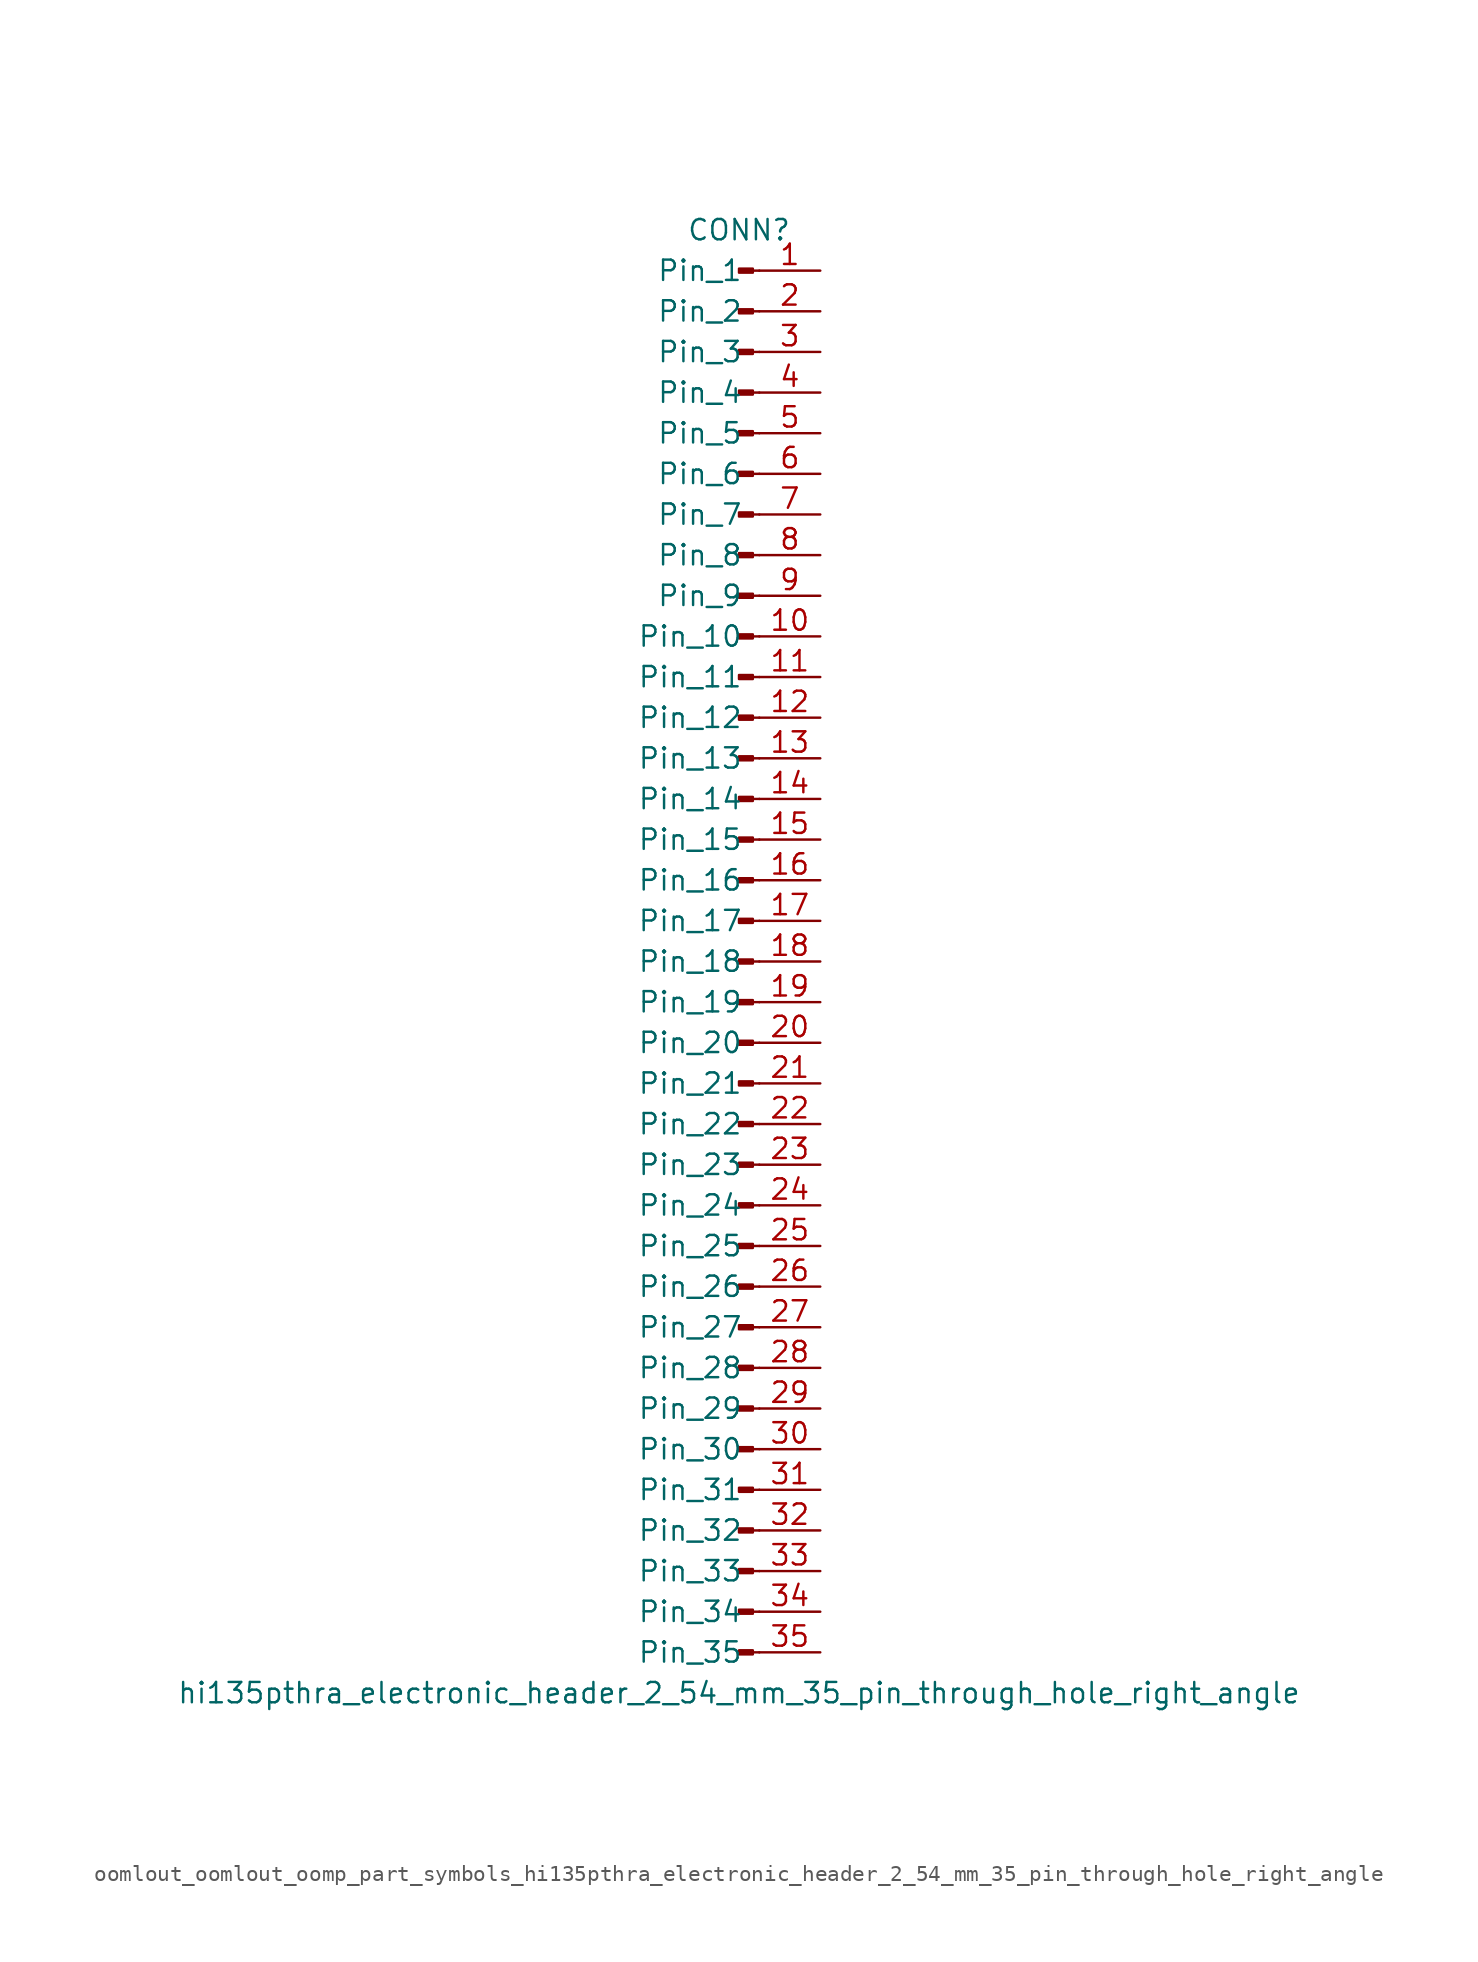
<source format=kicad_sym>
(kicad_symbol_lib
  (version 20220914)
  (generator kicad_symbol_editor)
  (symbol "oomlout_oomlout_oomp_part_symbols_hi135pthra_electronic_header_2_54_mm_35_pin_through_hole_right_angle"
    (pin_names
      (offset 1.016))
    (property "Reference" "CONN"
      (at 0 45.72 0)
      (effects (font (size 1.27 1.27))))
    (property "Value" "hi135pthra_electronic_header_2_54_mm_35_pin_through_hole_right_angle"
      (at 0 -45.72 0)
      (effects (font (size 1.27 1.27))))
    (property "ki_locked" ""
      (at 0 0 0)
      (effects (font (size 1.27 1.27))))
    (symbol "oomlout_oomlout_oomp_part_symbols_hi135pthra_electronic_header_2_54_mm_35_pin_through_hole_right_angle_1_1"
      (polyline (pts (xy 1.27 -43.18) (xy 0.864 -43.18)) (stroke (width 0.152) (type default)) (fill (type none)))
      (polyline (pts (xy 1.27 -40.64) (xy 0.864 -40.64)) (stroke (width 0.152) (type default)) (fill (type none)))
      (polyline (pts (xy 1.27 -38.1) (xy 0.864 -38.1)) (stroke (width 0.152) (type default)) (fill (type none)))
      (polyline (pts (xy 1.27 -35.56) (xy 0.864 -35.56)) (stroke (width 0.152) (type default)) (fill (type none)))
      (polyline (pts (xy 1.27 -33.02) (xy 0.864 -33.02)) (stroke (width 0.152) (type default)) (fill (type none)))
      (polyline (pts (xy 1.27 -30.48) (xy 0.864 -30.48)) (stroke (width 0.152) (type default)) (fill (type none)))
      (polyline (pts (xy 1.27 -27.94) (xy 0.864 -27.94)) (stroke (width 0.152) (type default)) (fill (type none)))
      (polyline (pts (xy 1.27 -25.4) (xy 0.864 -25.4)) (stroke (width 0.152) (type default)) (fill (type none)))
      (polyline (pts (xy 1.27 -22.86) (xy 0.864 -22.86)) (stroke (width 0.152) (type default)) (fill (type none)))
      (polyline (pts (xy 1.27 -20.32) (xy 0.864 -20.32)) (stroke (width 0.152) (type default)) (fill (type none)))
      (polyline (pts (xy 1.27 -17.78) (xy 0.864 -17.78)) (stroke (width 0.152) (type default)) (fill (type none)))
      (polyline (pts (xy 1.27 -15.24) (xy 0.864 -15.24)) (stroke (width 0.152) (type default)) (fill (type none)))
      (polyline (pts (xy 1.27 -12.7) (xy 0.864 -12.7)) (stroke (width 0.152) (type default)) (fill (type none)))
      (polyline (pts (xy 1.27 -10.16) (xy 0.864 -10.16)) (stroke (width 0.152) (type default)) (fill (type none)))
      (polyline (pts (xy 1.27 -7.62) (xy 0.864 -7.62)) (stroke (width 0.152) (type default)) (fill (type none)))
      (polyline (pts (xy 1.27 -5.08) (xy 0.864 -5.08)) (stroke (width 0.152) (type default)) (fill (type none)))
      (polyline (pts (xy 1.27 -2.54) (xy 0.864 -2.54)) (stroke (width 0.152) (type default)) (fill (type none)))
      (polyline (pts (xy 1.27 0) (xy 0.864 0)) (stroke (width 0.152) (type default)) (fill (type none)))
      (polyline (pts (xy 1.27 2.54) (xy 0.864 2.54)) (stroke (width 0.152) (type default)) (fill (type none)))
      (polyline (pts (xy 1.27 5.08) (xy 0.864 5.08)) (stroke (width 0.152) (type default)) (fill (type none)))
      (polyline (pts (xy 1.27 7.62) (xy 0.864 7.62)) (stroke (width 0.152) (type default)) (fill (type none)))
      (polyline (pts (xy 1.27 10.16) (xy 0.864 10.16)) (stroke (width 0.152) (type default)) (fill (type none)))
      (polyline (pts (xy 1.27 12.7) (xy 0.864 12.7)) (stroke (width 0.152) (type default)) (fill (type none)))
      (polyline (pts (xy 1.27 15.24) (xy 0.864 15.24)) (stroke (width 0.152) (type default)) (fill (type none)))
      (polyline (pts (xy 1.27 17.78) (xy 0.864 17.78)) (stroke (width 0.152) (type default)) (fill (type none)))
      (polyline (pts (xy 1.27 20.32) (xy 0.864 20.32)) (stroke (width 0.152) (type default)) (fill (type none)))
      (polyline (pts (xy 1.27 22.86) (xy 0.864 22.86)) (stroke (width 0.152) (type default)) (fill (type none)))
      (polyline (pts (xy 1.27 25.4) (xy 0.864 25.4)) (stroke (width 0.152) (type default)) (fill (type none)))
      (polyline (pts (xy 1.27 27.94) (xy 0.864 27.94)) (stroke (width 0.152) (type default)) (fill (type none)))
      (polyline (pts (xy 1.27 30.48) (xy 0.864 30.48)) (stroke (width 0.152) (type default)) (fill (type none)))
      (polyline (pts (xy 1.27 33.02) (xy 0.864 33.02)) (stroke (width 0.152) (type default)) (fill (type none)))
      (polyline (pts (xy 1.27 35.56) (xy 0.864 35.56)) (stroke (width 0.152) (type default)) (fill (type none)))
      (polyline (pts (xy 1.27 38.1) (xy 0.864 38.1)) (stroke (width 0.152) (type default)) (fill (type none)))
      (polyline (pts (xy 1.27 40.64) (xy 0.864 40.64)) (stroke (width 0.152) (type default)) (fill (type none)))
      (polyline (pts (xy 1.27 43.18) (xy 0.864 43.18)) (stroke (width 0.152) (type default)) (fill (type none)))
      (rectangle (start 0.864 -43.053) (end 0 -43.307) (stroke (width 0.152) (type default)) (fill (type outline)))
      (rectangle (start 0.864 -40.513) (end 0 -40.767) (stroke (width 0.152) (type default)) (fill (type outline)))
      (rectangle (start 0.864 -37.973) (end 0 -38.227) (stroke (width 0.152) (type default)) (fill (type outline)))
      (rectangle (start 0.864 -35.433) (end 0 -35.687) (stroke (width 0.152) (type default)) (fill (type outline)))
      (rectangle (start 0.864 -32.893) (end 0 -33.147) (stroke (width 0.152) (type default)) (fill (type outline)))
      (rectangle (start 0.864 -30.353) (end 0 -30.607) (stroke (width 0.152) (type default)) (fill (type outline)))
      (rectangle (start 0.864 -27.813) (end 0 -28.067) (stroke (width 0.152) (type default)) (fill (type outline)))
      (rectangle (start 0.864 -25.273) (end 0 -25.527) (stroke (width 0.152) (type default)) (fill (type outline)))
      (rectangle (start 0.864 -22.733) (end 0 -22.987) (stroke (width 0.152) (type default)) (fill (type outline)))
      (rectangle (start 0.864 -20.193) (end 0 -20.447) (stroke (width 0.152) (type default)) (fill (type outline)))
      (rectangle (start 0.864 -17.653) (end 0 -17.907) (stroke (width 0.152) (type default)) (fill (type outline)))
      (rectangle (start 0.864 -15.113) (end 0 -15.367) (stroke (width 0.152) (type default)) (fill (type outline)))
      (rectangle (start 0.864 -12.573) (end 0 -12.827) (stroke (width 0.152) (type default)) (fill (type outline)))
      (rectangle (start 0.864 -10.033) (end 0 -10.287) (stroke (width 0.152) (type default)) (fill (type outline)))
      (rectangle (start 0.864 -7.493) (end 0 -7.747) (stroke (width 0.152) (type default)) (fill (type outline)))
      (rectangle (start 0.864 -4.953) (end 0 -5.207) (stroke (width 0.152) (type default)) (fill (type outline)))
      (rectangle (start 0.864 -2.413) (end 0 -2.667) (stroke (width 0.152) (type default)) (fill (type outline)))
      (rectangle (start 0.864 0.127) (end 0 -0.127) (stroke (width 0.152) (type default)) (fill (type outline)))
      (rectangle (start 0.864 2.667) (end 0 2.413) (stroke (width 0.152) (type default)) (fill (type outline)))
      (rectangle (start 0.864 5.207) (end 0 4.953) (stroke (width 0.152) (type default)) (fill (type outline)))
      (rectangle (start 0.864 7.747) (end 0 7.493) (stroke (width 0.152) (type default)) (fill (type outline)))
      (rectangle (start 0.864 10.287) (end 0 10.033) (stroke (width 0.152) (type default)) (fill (type outline)))
      (rectangle (start 0.864 12.827) (end 0 12.573) (stroke (width 0.152) (type default)) (fill (type outline)))
      (rectangle (start 0.864 15.367) (end 0 15.113) (stroke (width 0.152) (type default)) (fill (type outline)))
      (rectangle (start 0.864 17.907) (end 0 17.653) (stroke (width 0.152) (type default)) (fill (type outline)))
      (rectangle (start 0.864 20.447) (end 0 20.193) (stroke (width 0.152) (type default)) (fill (type outline)))
      (rectangle (start 0.864 22.987) (end 0 22.733) (stroke (width 0.152) (type default)) (fill (type outline)))
      (rectangle (start 0.864 25.527) (end 0 25.273) (stroke (width 0.152) (type default)) (fill (type outline)))
      (rectangle (start 0.864 28.067) (end 0 27.813) (stroke (width 0.152) (type default)) (fill (type outline)))
      (rectangle (start 0.864 30.607) (end 0 30.353) (stroke (width 0.152) (type default)) (fill (type outline)))
      (rectangle (start 0.864 33.147) (end 0 32.893) (stroke (width 0.152) (type default)) (fill (type outline)))
      (rectangle (start 0.864 35.687) (end 0 35.433) (stroke (width 0.152) (type default)) (fill (type outline)))
      (rectangle (start 0.864 38.227) (end 0 37.973) (stroke (width 0.152) (type default)) (fill (type outline)))
      (rectangle (start 0.864 40.767) (end 0 40.513) (stroke (width 0.152) (type default)) (fill (type outline)))
      (rectangle (start 0.864 43.307) (end 0 43.053) (stroke (width 0.152) (type default)) (fill (type outline)))
      (pin passive line (at 5.08 43.18 180) (length 3.81) (name "Pin_1" (effects (font (size 1.27 1.27)))) (number "1" (effects (font (size 1.27 1.27)))))
      (pin passive line (at 5.08 20.32 180) (length 3.81) (name "Pin_10" (effects (font (size 1.27 1.27)))) (number "10" (effects (font (size 1.27 1.27)))))
      (pin passive line (at 5.08 17.78 180) (length 3.81) (name "Pin_11" (effects (font (size 1.27 1.27)))) (number "11" (effects (font (size 1.27 1.27)))))
      (pin passive line (at 5.08 15.24 180) (length 3.81) (name "Pin_12" (effects (font (size 1.27 1.27)))) (number "12" (effects (font (size 1.27 1.27)))))
      (pin passive line (at 5.08 12.7 180) (length 3.81) (name "Pin_13" (effects (font (size 1.27 1.27)))) (number "13" (effects (font (size 1.27 1.27)))))
      (pin passive line (at 5.08 10.16 180) (length 3.81) (name "Pin_14" (effects (font (size 1.27 1.27)))) (number "14" (effects (font (size 1.27 1.27)))))
      (pin passive line (at 5.08 7.62 180) (length 3.81) (name "Pin_15" (effects (font (size 1.27 1.27)))) (number "15" (effects (font (size 1.27 1.27)))))
      (pin passive line (at 5.08 5.08 180) (length 3.81) (name "Pin_16" (effects (font (size 1.27 1.27)))) (number "16" (effects (font (size 1.27 1.27)))))
      (pin passive line (at 5.08 2.54 180) (length 3.81) (name "Pin_17" (effects (font (size 1.27 1.27)))) (number "17" (effects (font (size 1.27 1.27)))))
      (pin passive line (at 5.08 0 180) (length 3.81) (name "Pin_18" (effects (font (size 1.27 1.27)))) (number "18" (effects (font (size 1.27 1.27)))))
      (pin passive line (at 5.08 -2.54 180) (length 3.81) (name "Pin_19" (effects (font (size 1.27 1.27)))) (number "19" (effects (font (size 1.27 1.27)))))
      (pin passive line (at 5.08 40.64 180) (length 3.81) (name "Pin_2" (effects (font (size 1.27 1.27)))) (number "2" (effects (font (size 1.27 1.27)))))
      (pin passive line (at 5.08 -5.08 180) (length 3.81) (name "Pin_20" (effects (font (size 1.27 1.27)))) (number "20" (effects (font (size 1.27 1.27)))))
      (pin passive line (at 5.08 -7.62 180) (length 3.81) (name "Pin_21" (effects (font (size 1.27 1.27)))) (number "21" (effects (font (size 1.27 1.27)))))
      (pin passive line (at 5.08 -10.16 180) (length 3.81) (name "Pin_22" (effects (font (size 1.27 1.27)))) (number "22" (effects (font (size 1.27 1.27)))))
      (pin passive line (at 5.08 -12.7 180) (length 3.81) (name "Pin_23" (effects (font (size 1.27 1.27)))) (number "23" (effects (font (size 1.27 1.27)))))
      (pin passive line (at 5.08 -15.24 180) (length 3.81) (name "Pin_24" (effects (font (size 1.27 1.27)))) (number "24" (effects (font (size 1.27 1.27)))))
      (pin passive line (at 5.08 -17.78 180) (length 3.81) (name "Pin_25" (effects (font (size 1.27 1.27)))) (number "25" (effects (font (size 1.27 1.27)))))
      (pin passive line (at 5.08 -20.32 180) (length 3.81) (name "Pin_26" (effects (font (size 1.27 1.27)))) (number "26" (effects (font (size 1.27 1.27)))))
      (pin passive line (at 5.08 -22.86 180) (length 3.81) (name "Pin_27" (effects (font (size 1.27 1.27)))) (number "27" (effects (font (size 1.27 1.27)))))
      (pin passive line (at 5.08 -25.4 180) (length 3.81) (name "Pin_28" (effects (font (size 1.27 1.27)))) (number "28" (effects (font (size 1.27 1.27)))))
      (pin passive line (at 5.08 -27.94 180) (length 3.81) (name "Pin_29" (effects (font (size 1.27 1.27)))) (number "29" (effects (font (size 1.27 1.27)))))
      (pin passive line (at 5.08 38.1 180) (length 3.81) (name "Pin_3" (effects (font (size 1.27 1.27)))) (number "3" (effects (font (size 1.27 1.27)))))
      (pin passive line (at 5.08 -30.48 180) (length 3.81) (name "Pin_30" (effects (font (size 1.27 1.27)))) (number "30" (effects (font (size 1.27 1.27)))))
      (pin passive line (at 5.08 -33.02 180) (length 3.81) (name "Pin_31" (effects (font (size 1.27 1.27)))) (number "31" (effects (font (size 1.27 1.27)))))
      (pin passive line (at 5.08 -35.56 180) (length 3.81) (name "Pin_32" (effects (font (size 1.27 1.27)))) (number "32" (effects (font (size 1.27 1.27)))))
      (pin passive line (at 5.08 -38.1 180) (length 3.81) (name "Pin_33" (effects (font (size 1.27 1.27)))) (number "33" (effects (font (size 1.27 1.27)))))
      (pin passive line (at 5.08 -40.64 180) (length 3.81) (name "Pin_34" (effects (font (size 1.27 1.27)))) (number "34" (effects (font (size 1.27 1.27)))))
      (pin passive line (at 5.08 -43.18 180) (length 3.81) (name "Pin_35" (effects (font (size 1.27 1.27)))) (number "35" (effects (font (size 1.27 1.27)))))
      (pin passive line (at 5.08 35.56 180) (length 3.81) (name "Pin_4" (effects (font (size 1.27 1.27)))) (number "4" (effects (font (size 1.27 1.27)))))
      (pin passive line (at 5.08 33.02 180) (length 3.81) (name "Pin_5" (effects (font (size 1.27 1.27)))) (number "5" (effects (font (size 1.27 1.27)))))
      (pin passive line (at 5.08 30.48 180) (length 3.81) (name "Pin_6" (effects (font (size 1.27 1.27)))) (number "6" (effects (font (size 1.27 1.27)))))
      (pin passive line (at 5.08 27.94 180) (length 3.81) (name "Pin_7" (effects (font (size 1.27 1.27)))) (number "7" (effects (font (size 1.27 1.27)))))
      (pin passive line (at 5.08 25.4 180) (length 3.81) (name "Pin_8" (effects (font (size 1.27 1.27)))) (number "8" (effects (font (size 1.27 1.27)))))
      (pin passive line (at 5.08 22.86 180) (length 3.81) (name "Pin_9" (effects (font (size 1.27 1.27)))) (number "9" (effects (font (size 1.27 1.27))))))))
</source>
